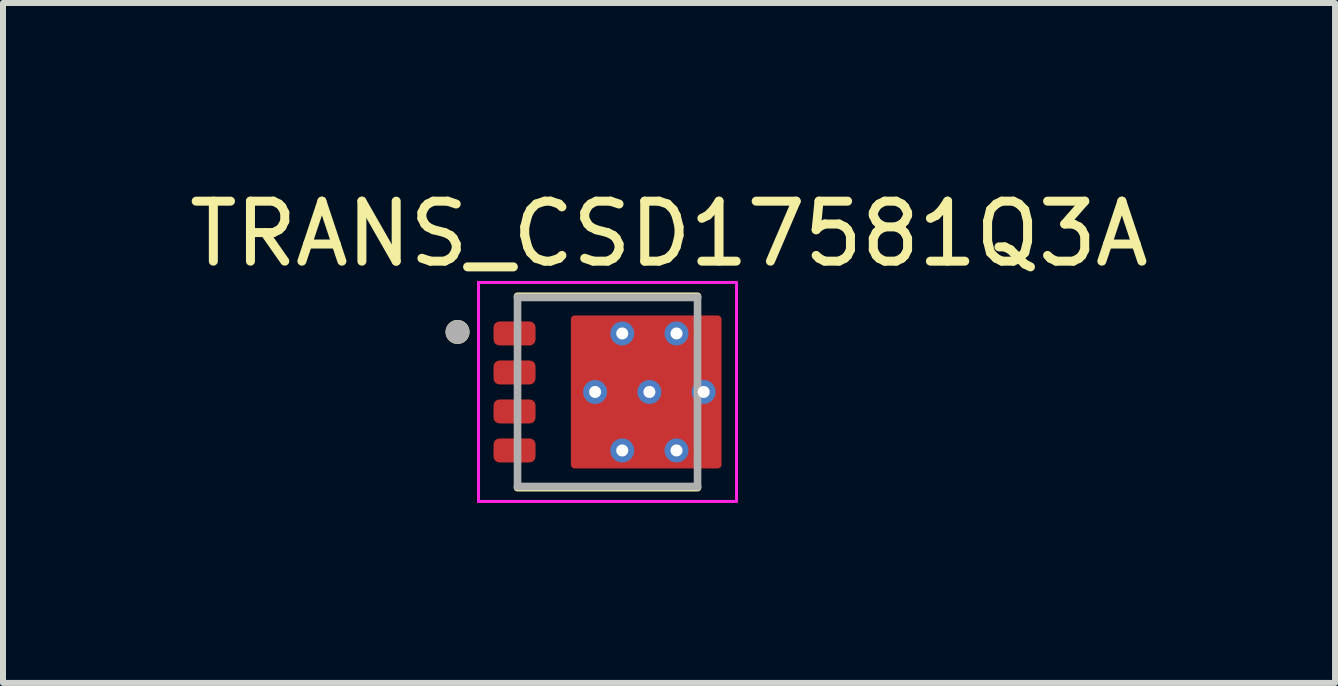
<source format=kicad_pcb>
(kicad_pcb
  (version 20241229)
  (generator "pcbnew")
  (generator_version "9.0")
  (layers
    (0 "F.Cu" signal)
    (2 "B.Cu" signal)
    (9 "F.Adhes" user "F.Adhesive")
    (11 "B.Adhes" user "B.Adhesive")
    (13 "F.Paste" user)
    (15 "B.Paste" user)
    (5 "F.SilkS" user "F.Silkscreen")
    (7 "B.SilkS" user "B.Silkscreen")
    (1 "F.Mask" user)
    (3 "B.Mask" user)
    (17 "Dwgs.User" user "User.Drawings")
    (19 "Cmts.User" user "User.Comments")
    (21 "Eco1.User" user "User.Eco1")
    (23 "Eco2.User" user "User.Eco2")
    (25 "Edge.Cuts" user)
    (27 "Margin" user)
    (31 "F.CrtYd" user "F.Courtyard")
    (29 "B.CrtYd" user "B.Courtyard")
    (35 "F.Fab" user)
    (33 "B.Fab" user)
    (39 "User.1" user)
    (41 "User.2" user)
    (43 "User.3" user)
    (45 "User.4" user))
  (footprint "TRANS_CSD17581Q3A"
    (layer "F.Cu")
    (at 7.076 3.483)
    (property "Reference" "TRANS_CSD17581Q3A" (at 1.025 -2.635 0) (layer "F.SilkS") (effects (font (size 1 1) (thickness 0.15))))
    (attr through_hole)
    (fp_poly (pts (xy -1.8 -1.125) (xy -1.3 -1.125) (xy -1.297 -1.125) (xy -1.295 -1.125) (xy -1.292 -1.124) (xy -1.29 -1.124) (xy -1.287 -1.123) (xy -1.285 -1.123) (xy -1.282 -1.122) (xy -1.28 -1.121) (xy -1.277 -1.12) (xy -1.275 -1.118) (xy -1.273 -1.117) (xy -1.271 -1.115) (xy -1.269 -1.114) (xy -1.267 -1.112) (xy -1.265 -1.11) (xy -1.263 -1.108) (xy -1.261 -1.106) (xy -1.26 -1.104) (xy -1.258 -1.102) (xy -1.257 -1.1) (xy -1.255 -1.098) (xy -1.254 -1.095) (xy -1.253 -1.093) (xy -1.252 -1.09) (xy -1.252 -1.088) (xy -1.251 -1.085) (xy -1.251 -1.083) (xy -1.25 -1.08) (xy -1.25 -1.078) (xy -1.25 -1.075) (xy -1.25 -0.875) (xy -1.25 -0.872) (xy -1.25 -0.87) (xy -1.251 -0.867) (xy -1.251 -0.865) (xy -1.252 -0.862) (xy -1.252 -0.86) (xy -1.253 -0.857) (xy -1.254 -0.855) (xy -1.255 -0.852) (xy -1.257 -0.85) (xy -1.258 -0.848) (xy -1.26 -0.846) (xy -1.261 -0.844) (xy -1.263 -0.842) (xy -1.265 -0.84) (xy -1.267 -0.838) (xy -1.269 -0.836) (xy -1.271 -0.835) (xy -1.273 -0.833) (xy -1.275 -0.832) (xy -1.277 -0.83) (xy -1.28 -0.829) (xy -1.282 -0.828) (xy -1.285 -0.827) (xy -1.287 -0.827) (xy -1.29 -0.826) (xy -1.292 -0.826) (xy -1.295 -0.825) (xy -1.297 -0.825) (xy -1.3 -0.825) (xy -1.8 -0.825) (xy -1.803 -0.825) (xy -1.805 -0.825) (xy -1.808 -0.826) (xy -1.81 -0.826) (xy -1.813 -0.827) (xy -1.815 -0.827) (xy -1.818 -0.828) (xy -1.82 -0.829) (xy -1.823 -0.83) (xy -1.825 -0.832) (xy -1.827 -0.833) (xy -1.829 -0.835) (xy -1.831 -0.836) (xy -1.833 -0.838) (xy -1.835 -0.84) (xy -1.837 -0.842) (xy -1.839 -0.844) (xy -1.84 -0.846) (xy -1.842 -0.848) (xy -1.843 -0.85) (xy -1.845 -0.852) (xy -1.846 -0.855) (xy -1.847 -0.857) (xy -1.848 -0.86) (xy -1.848 -0.862) (xy -1.849 -0.865) (xy -1.849 -0.867) (xy -1.85 -0.87) (xy -1.85 -0.872) (xy -1.85 -0.875) (xy -1.85 -1.075) (xy -1.85 -1.078) (xy -1.85 -1.08) (xy -1.849 -1.083) (xy -1.849 -1.085) (xy -1.848 -1.088) (xy -1.848 -1.09) (xy -1.847 -1.093) (xy -1.846 -1.095) (xy -1.845 -1.098) (xy -1.843 -1.1) (xy -1.842 -1.102) (xy -1.84 -1.104) (xy -1.839 -1.106) (xy -1.837 -1.108) (xy -1.835 -1.11) (xy -1.833 -1.112) (xy -1.831 -1.114) (xy -1.829 -1.115) (xy -1.827 -1.117) (xy -1.825 -1.118) (xy -1.823 -1.12) (xy -1.82 -1.121) (xy -1.818 -1.122) (xy -1.815 -1.123) (xy -1.813 -1.123) (xy -1.81 -1.124) (xy -1.808 -1.124) (xy -1.805 -1.125) (xy -1.803 -1.125) (xy -1.8 -1.125)) (stroke (width 0.01) (type solid)) (fill yes) (layer "F.Mask"))
    (fp_poly (pts (xy -1.8 -0.475) (xy -1.3 -0.475) (xy -1.297 -0.475) (xy -1.295 -0.475) (xy -1.292 -0.474) (xy -1.29 -0.474) (xy -1.287 -0.473) (xy -1.285 -0.473) (xy -1.282 -0.472) (xy -1.28 -0.471) (xy -1.277 -0.47) (xy -1.275 -0.468) (xy -1.273 -0.467) (xy -1.271 -0.465) (xy -1.269 -0.464) (xy -1.267 -0.462) (xy -1.265 -0.46) (xy -1.263 -0.458) (xy -1.261 -0.456) (xy -1.26 -0.454) (xy -1.258 -0.452) (xy -1.257 -0.45) (xy -1.255 -0.448) (xy -1.254 -0.445) (xy -1.253 -0.443) (xy -1.252 -0.44) (xy -1.252 -0.438) (xy -1.251 -0.435) (xy -1.251 -0.433) (xy -1.25 -0.43) (xy -1.25 -0.428) (xy -1.25 -0.425) (xy -1.25 -0.225) (xy -1.25 -0.222) (xy -1.25 -0.22) (xy -1.251 -0.217) (xy -1.251 -0.215) (xy -1.252 -0.212) (xy -1.252 -0.21) (xy -1.253 -0.207) (xy -1.254 -0.205) (xy -1.255 -0.202) (xy -1.257 -0.2) (xy -1.258 -0.198) (xy -1.26 -0.196) (xy -1.261 -0.194) (xy -1.263 -0.192) (xy -1.265 -0.19) (xy -1.267 -0.188) (xy -1.269 -0.186) (xy -1.271 -0.185) (xy -1.273 -0.183) (xy -1.275 -0.182) (xy -1.277 -0.18) (xy -1.28 -0.179) (xy -1.282 -0.178) (xy -1.285 -0.177) (xy -1.287 -0.177) (xy -1.29 -0.176) (xy -1.292 -0.176) (xy -1.295 -0.175) (xy -1.297 -0.175) (xy -1.3 -0.175) (xy -1.8 -0.175) (xy -1.803 -0.175) (xy -1.805 -0.175) (xy -1.808 -0.176) (xy -1.81 -0.176) (xy -1.813 -0.177) (xy -1.815 -0.177) (xy -1.818 -0.178) (xy -1.82 -0.179) (xy -1.823 -0.18) (xy -1.825 -0.182) (xy -1.827 -0.183) (xy -1.829 -0.185) (xy -1.831 -0.186) (xy -1.833 -0.188) (xy -1.835 -0.19) (xy -1.837 -0.192) (xy -1.839 -0.194) (xy -1.84 -0.196) (xy -1.842 -0.198) (xy -1.843 -0.2) (xy -1.845 -0.202) (xy -1.846 -0.205) (xy -1.847 -0.207) (xy -1.848 -0.21) (xy -1.848 -0.212) (xy -1.849 -0.215) (xy -1.849 -0.217) (xy -1.85 -0.22) (xy -1.85 -0.222) (xy -1.85 -0.225) (xy -1.85 -0.425) (xy -1.85 -0.428) (xy -1.85 -0.43) (xy -1.849 -0.433) (xy -1.849 -0.435) (xy -1.848 -0.438) (xy -1.848 -0.44) (xy -1.847 -0.443) (xy -1.846 -0.445) (xy -1.845 -0.448) (xy -1.843 -0.45) (xy -1.842 -0.452) (xy -1.84 -0.454) (xy -1.839 -0.456) (xy -1.837 -0.458) (xy -1.835 -0.46) (xy -1.833 -0.462) (xy -1.831 -0.464) (xy -1.829 -0.465) (xy -1.827 -0.467) (xy -1.825 -0.468) (xy -1.823 -0.47) (xy -1.82 -0.471) (xy -1.818 -0.472) (xy -1.815 -0.473) (xy -1.813 -0.473) (xy -1.81 -0.474) (xy -1.808 -0.474) (xy -1.805 -0.475) (xy -1.803 -0.475) (xy -1.8 -0.475)) (stroke (width 0.01) (type solid)) (fill yes) (layer "F.Mask"))
    (fp_poly (pts (xy -1.8 0.175) (xy -1.3 0.175) (xy -1.297 0.175) (xy -1.295 0.175) (xy -1.292 0.176) (xy -1.29 0.176) (xy -1.287 0.177) (xy -1.285 0.177) (xy -1.282 0.178) (xy -1.28 0.179) (xy -1.277 0.18) (xy -1.275 0.182) (xy -1.273 0.183) (xy -1.271 0.185) (xy -1.269 0.186) (xy -1.267 0.188) (xy -1.265 0.19) (xy -1.263 0.192) (xy -1.261 0.194) (xy -1.26 0.196) (xy -1.258 0.198) (xy -1.257 0.2) (xy -1.255 0.202) (xy -1.254 0.205) (xy -1.253 0.207) (xy -1.252 0.21) (xy -1.252 0.212) (xy -1.251 0.215) (xy -1.251 0.217) (xy -1.25 0.22) (xy -1.25 0.222) (xy -1.25 0.225) (xy -1.25 0.425) (xy -1.25 0.428) (xy -1.25 0.43) (xy -1.251 0.433) (xy -1.251 0.435) (xy -1.252 0.438) (xy -1.252 0.44) (xy -1.253 0.443) (xy -1.254 0.445) (xy -1.255 0.448) (xy -1.257 0.45) (xy -1.258 0.452) (xy -1.26 0.454) (xy -1.261 0.456) (xy -1.263 0.458) (xy -1.265 0.46) (xy -1.267 0.462) (xy -1.269 0.464) (xy -1.271 0.465) (xy -1.273 0.467) (xy -1.275 0.468) (xy -1.277 0.47) (xy -1.28 0.471) (xy -1.282 0.472) (xy -1.285 0.473) (xy -1.287 0.473) (xy -1.29 0.474) (xy -1.292 0.474) (xy -1.295 0.475) (xy -1.297 0.475) (xy -1.3 0.475) (xy -1.8 0.475) (xy -1.803 0.475) (xy -1.805 0.475) (xy -1.808 0.474) (xy -1.81 0.474) (xy -1.813 0.473) (xy -1.815 0.473) (xy -1.818 0.472) (xy -1.82 0.471) (xy -1.823 0.47) (xy -1.825 0.468) (xy -1.827 0.467) (xy -1.829 0.465) (xy -1.831 0.464) (xy -1.833 0.462) (xy -1.835 0.46) (xy -1.837 0.458) (xy -1.839 0.456) (xy -1.84 0.454) (xy -1.842 0.452) (xy -1.843 0.45) (xy -1.845 0.448) (xy -1.846 0.445) (xy -1.847 0.443) (xy -1.848 0.44) (xy -1.848 0.438) (xy -1.849 0.435) (xy -1.849 0.433) (xy -1.85 0.43) (xy -1.85 0.428) (xy -1.85 0.425) (xy -1.85 0.225) (xy -1.85 0.222) (xy -1.85 0.22) (xy -1.849 0.217) (xy -1.849 0.215) (xy -1.848 0.212) (xy -1.848 0.21) (xy -1.847 0.207) (xy -1.846 0.205) (xy -1.845 0.202) (xy -1.843 0.2) (xy -1.842 0.198) (xy -1.84 0.196) (xy -1.839 0.194) (xy -1.837 0.192) (xy -1.835 0.19) (xy -1.833 0.188) (xy -1.831 0.186) (xy -1.829 0.185) (xy -1.827 0.183) (xy -1.825 0.182) (xy -1.823 0.18) (xy -1.82 0.179) (xy -1.818 0.178) (xy -1.815 0.177) (xy -1.813 0.177) (xy -1.81 0.176) (xy -1.808 0.176) (xy -1.805 0.175) (xy -1.803 0.175) (xy -1.8 0.175)) (stroke (width 0.01) (type solid)) (fill yes) (layer "F.Mask"))
    (fp_poly (pts (xy -1.8 0.825) (xy -1.3 0.825) (xy -1.297 0.825) (xy -1.295 0.825) (xy -1.292 0.826) (xy -1.29 0.826) (xy -1.287 0.827) (xy -1.285 0.827) (xy -1.282 0.828) (xy -1.28 0.829) (xy -1.277 0.83) (xy -1.275 0.832) (xy -1.273 0.833) (xy -1.271 0.835) (xy -1.269 0.836) (xy -1.267 0.838) (xy -1.265 0.84) (xy -1.263 0.842) (xy -1.261 0.844) (xy -1.26 0.846) (xy -1.258 0.848) (xy -1.257 0.85) (xy -1.255 0.852) (xy -1.254 0.855) (xy -1.253 0.857) (xy -1.252 0.86) (xy -1.252 0.862) (xy -1.251 0.865) (xy -1.251 0.867) (xy -1.25 0.87) (xy -1.25 0.872) (xy -1.25 0.875) (xy -1.25 1.075) (xy -1.25 1.078) (xy -1.25 1.08) (xy -1.251 1.083) (xy -1.251 1.085) (xy -1.252 1.088) (xy -1.252 1.09) (xy -1.253 1.093) (xy -1.254 1.095) (xy -1.255 1.098) (xy -1.257 1.1) (xy -1.258 1.102) (xy -1.26 1.104) (xy -1.261 1.106) (xy -1.263 1.108) (xy -1.265 1.11) (xy -1.267 1.112) (xy -1.269 1.114) (xy -1.271 1.115) (xy -1.273 1.117) (xy -1.275 1.118) (xy -1.277 1.12) (xy -1.28 1.121) (xy -1.282 1.122) (xy -1.285 1.123) (xy -1.287 1.123) (xy -1.29 1.124) (xy -1.292 1.124) (xy -1.295 1.125) (xy -1.297 1.125) (xy -1.3 1.125) (xy -1.8 1.125) (xy -1.803 1.125) (xy -1.805 1.125) (xy -1.808 1.124) (xy -1.81 1.124) (xy -1.813 1.123) (xy -1.815 1.123) (xy -1.818 1.122) (xy -1.82 1.121) (xy -1.823 1.12) (xy -1.825 1.118) (xy -1.827 1.117) (xy -1.829 1.115) (xy -1.831 1.114) (xy -1.833 1.112) (xy -1.835 1.11) (xy -1.837 1.108) (xy -1.839 1.106) (xy -1.84 1.104) (xy -1.842 1.102) (xy -1.843 1.1) (xy -1.845 1.098) (xy -1.846 1.095) (xy -1.847 1.093) (xy -1.848 1.09) (xy -1.848 1.088) (xy -1.849 1.085) (xy -1.849 1.083) (xy -1.85 1.08) (xy -1.85 1.078) (xy -1.85 1.075) (xy -1.85 0.875) (xy -1.85 0.872) (xy -1.85 0.87) (xy -1.849 0.867) (xy -1.849 0.865) (xy -1.848 0.862) (xy -1.848 0.86) (xy -1.847 0.857) (xy -1.846 0.855) (xy -1.845 0.852) (xy -1.843 0.85) (xy -1.842 0.848) (xy -1.84 0.846) (xy -1.839 0.844) (xy -1.837 0.842) (xy -1.835 0.84) (xy -1.833 0.838) (xy -1.831 0.836) (xy -1.829 0.835) (xy -1.827 0.833) (xy -1.825 0.832) (xy -1.823 0.83) (xy -1.82 0.829) (xy -1.818 0.828) (xy -1.815 0.827) (xy -1.813 0.827) (xy -1.81 0.826) (xy -1.808 0.826) (xy -1.805 0.825) (xy -1.803 0.825) (xy -1.8 0.825)) (stroke (width 0.01) (type solid)) (fill yes) (layer "F.Mask"))
    (fp_poly (pts (xy 1.215 1.125) (xy 1.215 1.175) (xy 1.215 1.178) (xy 1.215 1.18) (xy 1.214 1.183) (xy 1.214 1.185) (xy 1.213 1.188) (xy 1.213 1.19) (xy 1.212 1.193) (xy 1.211 1.195) (xy 1.21 1.198) (xy 1.208 1.2) (xy 1.207 1.202) (xy 1.205 1.204) (xy 1.204 1.206) (xy 1.202 1.208) (xy 1.2 1.21) (xy 1.198 1.212) (xy 1.196 1.214) (xy 1.194 1.215) (xy 1.192 1.217) (xy 1.19 1.218) (xy 1.188 1.22) (xy 1.185 1.221) (xy 1.183 1.222) (xy 1.18 1.223) (xy 1.178 1.223) (xy 1.175 1.224) (xy 1.173 1.224) (xy 1.17 1.225) (xy 1.168 1.225) (xy 1.165 1.225) (xy -0.51 1.225) (xy -0.513 1.225) (xy -0.515 1.225) (xy -0.518 1.224) (xy -0.52 1.224) (xy -0.523 1.223) (xy -0.525 1.223) (xy -0.528 1.222) (xy -0.53 1.221) (xy -0.533 1.22) (xy -0.535 1.218) (xy -0.537 1.217) (xy -0.539 1.215) (xy -0.541 1.214) (xy -0.543 1.212) (xy -0.545 1.21) (xy -0.547 1.208) (xy -0.549 1.206) (xy -0.55 1.204) (xy -0.552 1.202) (xy -0.553 1.2) (xy -0.555 1.198) (xy -0.556 1.195) (xy -0.557 1.193) (xy -0.558 1.19) (xy -0.558 1.188) (xy -0.559 1.185) (xy -0.559 1.183) (xy -0.56 1.18) (xy -0.56 1.178) (xy -0.56 1.175) (xy -0.56 -1.175) (xy -0.56 -1.178) (xy -0.56 -1.18) (xy -0.559 -1.183) (xy -0.559 -1.185) (xy -0.558 -1.188) (xy -0.558 -1.19) (xy -0.557 -1.193) (xy -0.556 -1.195) (xy -0.555 -1.198) (xy -0.553 -1.2) (xy -0.552 -1.202) (xy -0.55 -1.204) (xy -0.549 -1.206) (xy -0.547 -1.208) (xy -0.545 -1.21) (xy -0.543 -1.212) (xy -0.541 -1.214) (xy -0.539 -1.215) (xy -0.537 -1.217) (xy -0.535 -1.218) (xy -0.533 -1.22) (xy -0.53 -1.221) (xy -0.528 -1.222) (xy -0.525 -1.223) (xy -0.523 -1.223) (xy -0.52 -1.224) (xy -0.518 -1.224) (xy -0.515 -1.225) (xy -0.513 -1.225) (xy -0.51 -1.225) (xy 1.165 -1.225) (xy 1.168 -1.225) (xy 1.17 -1.225) (xy 1.173 -1.224) (xy 1.175 -1.224) (xy 1.178 -1.223) (xy 1.18 -1.223) (xy 1.183 -1.222) (xy 1.185 -1.221) (xy 1.188 -1.22) (xy 1.19 -1.218) (xy 1.192 -1.217) (xy 1.194 -1.215) (xy 1.196 -1.214) (xy 1.198 -1.212) (xy 1.2 -1.21) (xy 1.202 -1.208) (xy 1.204 -1.206) (xy 1.205 -1.204) (xy 1.207 -1.202) (xy 1.208 -1.2) (xy 1.21 -1.198) (xy 1.211 -1.195) (xy 1.212 -1.193) (xy 1.213 -1.19) (xy 1.213 -1.188) (xy 1.214 -1.185) (xy 1.214 -1.183) (xy 1.215 -1.18) (xy 1.215 -1.178) (xy 1.215 -1.175) (xy 1.215 -1.125) (xy 1.8 -1.125) (xy 1.803 -1.125) (xy 1.805 -1.125) (xy 1.808 -1.124) (xy 1.81 -1.124) (xy 1.813 -1.123) (xy 1.815 -1.123) (xy 1.818 -1.122) (xy 1.82 -1.121) (xy 1.823 -1.12) (xy 1.825 -1.118) (xy 1.827 -1.117) (xy 1.829 -1.115) (xy 1.831 -1.114) (xy 1.833 -1.112) (xy 1.835 -1.11) (xy 1.837 -1.108) (xy 1.839 -1.106) (xy 1.84 -1.104) (xy 1.842 -1.102) (xy 1.843 -1.1) (xy 1.845 -1.098) (xy 1.846 -1.095) (xy 1.847 -1.093) (xy 1.848 -1.09) (xy 1.848 -1.088) (xy 1.849 -1.085) (xy 1.849 -1.083) (xy 1.85 -1.08) (xy 1.85 -1.078) (xy 1.85 -1.075) (xy 1.85 -0.875) (xy 1.85 -0.872) (xy 1.85 -0.87) (xy 1.849 -0.867) (xy 1.849 -0.865) (xy 1.848 -0.862) (xy 1.848 -0.86) (xy 1.847 -0.857) (xy 1.846 -0.855) (xy 1.845 -0.852) (xy 1.843 -0.85) (xy 1.842 -0.848) (xy 1.84 -0.846) (xy 1.839 -0.844) (xy 1.837 -0.842) (xy 1.835 -0.84) (xy 1.833 -0.838) (xy 1.831 -0.836) (xy 1.829 -0.835) (xy 1.827 -0.833) (xy 1.825 -0.832) (xy 1.823 -0.83) (xy 1.82 -0.829) (xy 1.818 -0.828) (xy 1.815 -0.827) (xy 1.813 -0.827) (xy 1.81 -0.826) (xy 1.808 -0.826) (xy 1.805 -0.825) (xy 1.803 -0.825) (xy 1.8 -0.825) (xy 1.215 -0.825) (xy 1.215 -0.475) (xy 1.8 -0.475) (xy 1.803 -0.475) (xy 1.805 -0.475) (xy 1.808 -0.474) (xy 1.81 -0.474) (xy 1.813 -0.473) (xy 1.815 -0.473) (xy 1.818 -0.472) (xy 1.82 -0.471) (xy 1.823 -0.47) (xy 1.825 -0.468) (xy 1.827 -0.467) (xy 1.829 -0.465) (xy 1.831 -0.464) (xy 1.833 -0.462) (xy 1.835 -0.46) (xy 1.837 -0.458) (xy 1.839 -0.456) (xy 1.84 -0.454) (xy 1.842 -0.452) (xy 1.843 -0.45) (xy 1.845 -0.448) (xy 1.846 -0.445) (xy 1.847 -0.443) (xy 1.848 -0.44) (xy 1.848 -0.438) (xy 1.849 -0.435) (xy 1.849 -0.433) (xy 1.85 -0.43) (xy 1.85 -0.428) (xy 1.85 -0.425) (xy 1.85 -0.225) (xy 1.85 -0.222) (xy 1.85 -0.22) (xy 1.849 -0.217) (xy 1.849 -0.215) (xy 1.848 -0.212) (xy 1.848 -0.21) (xy 1.847 -0.207) (xy 1.846 -0.205) (xy 1.845 -0.202) (xy 1.843 -0.2) (xy 1.842 -0.198) (xy 1.84 -0.196) (xy 1.839 -0.194) (xy 1.837 -0.192) (xy 1.835 -0.19) (xy 1.833 -0.188) (xy 1.831 -0.186) (xy 1.829 -0.185) (xy 1.827 -0.183) (xy 1.825 -0.182) (xy 1.823 -0.18) (xy 1.82 -0.179) (xy 1.818 -0.178) (xy 1.815 -0.177) (xy 1.813 -0.177) (xy 1.81 -0.176) (xy 1.808 -0.176) (xy 1.805 -0.175) (xy 1.803 -0.175) (xy 1.8 -0.175) (xy 1.215 -0.175) (xy 1.215 0.175) (xy 1.8 0.175) (xy 1.803 0.175) (xy 1.805 0.175) (xy 1.808 0.176) (xy 1.81 0.176) (xy 1.813 0.177) (xy 1.815 0.177) (xy 1.818 0.178) (xy 1.82 0.179) (xy 1.823 0.18) (xy 1.825 0.182) (xy 1.827 0.183) (xy 1.829 0.185) (xy 1.831 0.186) (xy 1.833 0.188) (xy 1.835 0.19) (xy 1.837 0.192) (xy 1.839 0.194) (xy 1.84 0.196) (xy 1.842 0.198) (xy 1.843 0.2) (xy 1.845 0.202) (xy 1.846 0.205) (xy 1.847 0.207) (xy 1.848 0.21) (xy 1.848 0.212) (xy 1.849 0.215) (xy 1.849 0.217) (xy 1.85 0.22) (xy 1.85 0.222) (xy 1.85 0.225) (xy 1.85 0.425) (xy 1.85 0.428) (xy 1.85 0.43) (xy 1.849 0.433) (xy 1.849 0.435) (xy 1.848 0.438) (xy 1.848 0.44) (xy 1.847 0.443) (xy 1.846 0.445) (xy 1.845 0.448) (xy 1.843 0.45) (xy 1.842 0.452) (xy 1.84 0.454) (xy 1.839 0.456) (xy 1.837 0.458) (xy 1.835 0.46) (xy 1.833 0.462) (xy 1.831 0.464) (xy 1.829 0.465) (xy 1.827 0.467) (xy 1.825 0.468) (xy 1.823 0.47) (xy 1.82 0.471) (xy 1.818 0.472) (xy 1.815 0.473) (xy 1.813 0.473) (xy 1.81 0.474) (xy 1.808 0.474) (xy 1.805 0.475) (xy 1.803 0.475) (xy 1.8 0.475) (xy 1.215 0.475) (xy 1.215 0.825) (xy 1.8 0.825) (xy 1.803 0.825) (xy 1.805 0.825) (xy 1.808 0.826) (xy 1.81 0.826) (xy 1.813 0.827) (xy 1.815 0.827) (xy 1.818 0.828) (xy 1.82 0.829) (xy 1.823 0.83) (xy 1.825 0.832) (xy 1.827 0.833) (xy 1.829 0.835) (xy 1.831 0.836) (xy 1.833 0.838) (xy 1.835 0.84) (xy 1.837 0.842) (xy 1.839 0.844) (xy 1.84 0.846) (xy 1.842 0.848) (xy 1.843 0.85) (xy 1.845 0.852) (xy 1.846 0.855) (xy 1.847 0.857) (xy 1.848 0.86) (xy 1.848 0.862) (xy 1.849 0.865) (xy 1.849 0.867) (xy 1.85 0.87) (xy 1.85 0.872) (xy 1.85 0.875) (xy 1.85 1.075) (xy 1.85 1.078) (xy 1.85 1.08) (xy 1.849 1.083) (xy 1.849 1.085) (xy 1.848 1.088) (xy 1.848 1.09) (xy 1.847 1.093) (xy 1.846 1.095) (xy 1.845 1.098) (xy 1.843 1.1) (xy 1.842 1.102) (xy 1.84 1.104) (xy 1.839 1.106) (xy 1.837 1.108) (xy 1.835 1.11) (xy 1.833 1.112) (xy 1.831 1.114) (xy 1.829 1.115) (xy 1.827 1.117) (xy 1.825 1.118) (xy 1.823 1.12) (xy 1.82 1.121) (xy 1.818 1.122) (xy 1.815 1.123) (xy 1.813 1.123) (xy 1.81 1.124) (xy 1.808 1.124) (xy 1.805 1.125) (xy 1.803 1.125) (xy 1.8 1.125) (xy 1.215 1.125)) (stroke (width 0.01) (type solid)) (fill yes) (layer "F.Mask"))
    (fp_line (start -1.5 -1.595) (end 1.5 -1.595) (stroke (width 0.127) (type solid)) (layer "F.SilkS"))
    (fp_line (start 1.5 1.595) (end -1.5 1.595) (stroke (width 0.127) (type solid)) (layer "F.SilkS"))
    (fp_circle (center -2.5 -1) (end -2.4 -1) (stroke (width 0.2) (type solid)) (fill no) (layer "F.SilkS"))
    (fp_poly (pts (xy -1.8 -1.125) (xy -1.3 -1.125) (xy -1.297 -1.125) (xy -1.295 -1.125) (xy -1.292 -1.124) (xy -1.29 -1.124) (xy -1.287 -1.123) (xy -1.285 -1.123) (xy -1.282 -1.122) (xy -1.28 -1.121) (xy -1.277 -1.12) (xy -1.275 -1.118) (xy -1.273 -1.117) (xy -1.271 -1.115) (xy -1.269 -1.114) (xy -1.267 -1.112) (xy -1.265 -1.11) (xy -1.263 -1.108) (xy -1.261 -1.106) (xy -1.26 -1.104) (xy -1.258 -1.102) (xy -1.257 -1.1) (xy -1.255 -1.098) (xy -1.254 -1.095) (xy -1.253 -1.093) (xy -1.252 -1.09) (xy -1.252 -1.088) (xy -1.251 -1.085) (xy -1.251 -1.083) (xy -1.25 -1.08) (xy -1.25 -1.078) (xy -1.25 -1.075) (xy -1.25 -0.875) (xy -1.25 -0.872) (xy -1.25 -0.87) (xy -1.251 -0.867) (xy -1.251 -0.865) (xy -1.252 -0.862) (xy -1.252 -0.86) (xy -1.253 -0.857) (xy -1.254 -0.855) (xy -1.255 -0.852) (xy -1.257 -0.85) (xy -1.258 -0.848) (xy -1.26 -0.846) (xy -1.261 -0.844) (xy -1.263 -0.842) (xy -1.265 -0.84) (xy -1.267 -0.838) (xy -1.269 -0.836) (xy -1.271 -0.835) (xy -1.273 -0.833) (xy -1.275 -0.832) (xy -1.277 -0.83) (xy -1.28 -0.829) (xy -1.282 -0.828) (xy -1.285 -0.827) (xy -1.287 -0.827) (xy -1.29 -0.826) (xy -1.292 -0.826) (xy -1.295 -0.825) (xy -1.297 -0.825) (xy -1.3 -0.825) (xy -1.8 -0.825) (xy -1.803 -0.825) (xy -1.805 -0.825) (xy -1.808 -0.826) (xy -1.81 -0.826) (xy -1.813 -0.827) (xy -1.815 -0.827) (xy -1.818 -0.828) (xy -1.82 -0.829) (xy -1.823 -0.83) (xy -1.825 -0.832) (xy -1.827 -0.833) (xy -1.829 -0.835) (xy -1.831 -0.836) (xy -1.833 -0.838) (xy -1.835 -0.84) (xy -1.837 -0.842) (xy -1.839 -0.844) (xy -1.84 -0.846) (xy -1.842 -0.848) (xy -1.843 -0.85) (xy -1.845 -0.852) (xy -1.846 -0.855) (xy -1.847 -0.857) (xy -1.848 -0.86) (xy -1.848 -0.862) (xy -1.849 -0.865) (xy -1.849 -0.867) (xy -1.85 -0.87) (xy -1.85 -0.872) (xy -1.85 -0.875) (xy -1.85 -1.075) (xy -1.85 -1.078) (xy -1.85 -1.08) (xy -1.849 -1.083) (xy -1.849 -1.085) (xy -1.848 -1.088) (xy -1.848 -1.09) (xy -1.847 -1.093) (xy -1.846 -1.095) (xy -1.845 -1.098) (xy -1.843 -1.1) (xy -1.842 -1.102) (xy -1.84 -1.104) (xy -1.839 -1.106) (xy -1.837 -1.108) (xy -1.835 -1.11) (xy -1.833 -1.112) (xy -1.831 -1.114) (xy -1.829 -1.115) (xy -1.827 -1.117) (xy -1.825 -1.118) (xy -1.823 -1.12) (xy -1.82 -1.121) (xy -1.818 -1.122) (xy -1.815 -1.123) (xy -1.813 -1.123) (xy -1.81 -1.124) (xy -1.808 -1.124) (xy -1.805 -1.125) (xy -1.803 -1.125) (xy -1.8 -1.125)) (stroke (width 0.01) (type solid)) (fill yes) (layer "F.Paste"))
    (fp_poly (pts (xy -1.8 -0.475) (xy -1.3 -0.475) (xy -1.297 -0.475) (xy -1.295 -0.475) (xy -1.292 -0.474) (xy -1.29 -0.474) (xy -1.287 -0.473) (xy -1.285 -0.473) (xy -1.282 -0.472) (xy -1.28 -0.471) (xy -1.277 -0.47) (xy -1.275 -0.468) (xy -1.273 -0.467) (xy -1.271 -0.465) (xy -1.269 -0.464) (xy -1.267 -0.462) (xy -1.265 -0.46) (xy -1.263 -0.458) (xy -1.261 -0.456) (xy -1.26 -0.454) (xy -1.258 -0.452) (xy -1.257 -0.45) (xy -1.255 -0.448) (xy -1.254 -0.445) (xy -1.253 -0.443) (xy -1.252 -0.44) (xy -1.252 -0.438) (xy -1.251 -0.435) (xy -1.251 -0.433) (xy -1.25 -0.43) (xy -1.25 -0.428) (xy -1.25 -0.425) (xy -1.25 -0.225) (xy -1.25 -0.222) (xy -1.25 -0.22) (xy -1.251 -0.217) (xy -1.251 -0.215) (xy -1.252 -0.212) (xy -1.252 -0.21) (xy -1.253 -0.207) (xy -1.254 -0.205) (xy -1.255 -0.202) (xy -1.257 -0.2) (xy -1.258 -0.198) (xy -1.26 -0.196) (xy -1.261 -0.194) (xy -1.263 -0.192) (xy -1.265 -0.19) (xy -1.267 -0.188) (xy -1.269 -0.186) (xy -1.271 -0.185) (xy -1.273 -0.183) (xy -1.275 -0.182) (xy -1.277 -0.18) (xy -1.28 -0.179) (xy -1.282 -0.178) (xy -1.285 -0.177) (xy -1.287 -0.177) (xy -1.29 -0.176) (xy -1.292 -0.176) (xy -1.295 -0.175) (xy -1.297 -0.175) (xy -1.3 -0.175) (xy -1.8 -0.175) (xy -1.803 -0.175) (xy -1.805 -0.175) (xy -1.808 -0.176) (xy -1.81 -0.176) (xy -1.813 -0.177) (xy -1.815 -0.177) (xy -1.818 -0.178) (xy -1.82 -0.179) (xy -1.823 -0.18) (xy -1.825 -0.182) (xy -1.827 -0.183) (xy -1.829 -0.185) (xy -1.831 -0.186) (xy -1.833 -0.188) (xy -1.835 -0.19) (xy -1.837 -0.192) (xy -1.839 -0.194) (xy -1.84 -0.196) (xy -1.842 -0.198) (xy -1.843 -0.2) (xy -1.845 -0.202) (xy -1.846 -0.205) (xy -1.847 -0.207) (xy -1.848 -0.21) (xy -1.848 -0.212) (xy -1.849 -0.215) (xy -1.849 -0.217) (xy -1.85 -0.22) (xy -1.85 -0.222) (xy -1.85 -0.225) (xy -1.85 -0.425) (xy -1.85 -0.428) (xy -1.85 -0.43) (xy -1.849 -0.433) (xy -1.849 -0.435) (xy -1.848 -0.438) (xy -1.848 -0.44) (xy -1.847 -0.443) (xy -1.846 -0.445) (xy -1.845 -0.448) (xy -1.843 -0.45) (xy -1.842 -0.452) (xy -1.84 -0.454) (xy -1.839 -0.456) (xy -1.837 -0.458) (xy -1.835 -0.46) (xy -1.833 -0.462) (xy -1.831 -0.464) (xy -1.829 -0.465) (xy -1.827 -0.467) (xy -1.825 -0.468) (xy -1.823 -0.47) (xy -1.82 -0.471) (xy -1.818 -0.472) (xy -1.815 -0.473) (xy -1.813 -0.473) (xy -1.81 -0.474) (xy -1.808 -0.474) (xy -1.805 -0.475) (xy -1.803 -0.475) (xy -1.8 -0.475)) (stroke (width 0.01) (type solid)) (fill yes) (layer "F.Paste"))
    (fp_poly (pts (xy -1.8 0.175) (xy -1.3 0.175) (xy -1.297 0.175) (xy -1.295 0.175) (xy -1.292 0.176) (xy -1.29 0.176) (xy -1.287 0.177) (xy -1.285 0.177) (xy -1.282 0.178) (xy -1.28 0.179) (xy -1.277 0.18) (xy -1.275 0.182) (xy -1.273 0.183) (xy -1.271 0.185) (xy -1.269 0.186) (xy -1.267 0.188) (xy -1.265 0.19) (xy -1.263 0.192) (xy -1.261 0.194) (xy -1.26 0.196) (xy -1.258 0.198) (xy -1.257 0.2) (xy -1.255 0.202) (xy -1.254 0.205) (xy -1.253 0.207) (xy -1.252 0.21) (xy -1.252 0.212) (xy -1.251 0.215) (xy -1.251 0.217) (xy -1.25 0.22) (xy -1.25 0.222) (xy -1.25 0.225) (xy -1.25 0.425) (xy -1.25 0.428) (xy -1.25 0.43) (xy -1.251 0.433) (xy -1.251 0.435) (xy -1.252 0.438) (xy -1.252 0.44) (xy -1.253 0.443) (xy -1.254 0.445) (xy -1.255 0.448) (xy -1.257 0.45) (xy -1.258 0.452) (xy -1.26 0.454) (xy -1.261 0.456) (xy -1.263 0.458) (xy -1.265 0.46) (xy -1.267 0.462) (xy -1.269 0.464) (xy -1.271 0.465) (xy -1.273 0.467) (xy -1.275 0.468) (xy -1.277 0.47) (xy -1.28 0.471) (xy -1.282 0.472) (xy -1.285 0.473) (xy -1.287 0.473) (xy -1.29 0.474) (xy -1.292 0.474) (xy -1.295 0.475) (xy -1.297 0.475) (xy -1.3 0.475) (xy -1.8 0.475) (xy -1.803 0.475) (xy -1.805 0.475) (xy -1.808 0.474) (xy -1.81 0.474) (xy -1.813 0.473) (xy -1.815 0.473) (xy -1.818 0.472) (xy -1.82 0.471) (xy -1.823 0.47) (xy -1.825 0.468) (xy -1.827 0.467) (xy -1.829 0.465) (xy -1.831 0.464) (xy -1.833 0.462) (xy -1.835 0.46) (xy -1.837 0.458) (xy -1.839 0.456) (xy -1.84 0.454) (xy -1.842 0.452) (xy -1.843 0.45) (xy -1.845 0.448) (xy -1.846 0.445) (xy -1.847 0.443) (xy -1.848 0.44) (xy -1.848 0.438) (xy -1.849 0.435) (xy -1.849 0.433) (xy -1.85 0.43) (xy -1.85 0.428) (xy -1.85 0.425) (xy -1.85 0.225) (xy -1.85 0.222) (xy -1.85 0.22) (xy -1.849 0.217) (xy -1.849 0.215) (xy -1.848 0.212) (xy -1.848 0.21) (xy -1.847 0.207) (xy -1.846 0.205) (xy -1.845 0.202) (xy -1.843 0.2) (xy -1.842 0.198) (xy -1.84 0.196) (xy -1.839 0.194) (xy -1.837 0.192) (xy -1.835 0.19) (xy -1.833 0.188) (xy -1.831 0.186) (xy -1.829 0.185) (xy -1.827 0.183) (xy -1.825 0.182) (xy -1.823 0.18) (xy -1.82 0.179) (xy -1.818 0.178) (xy -1.815 0.177) (xy -1.813 0.177) (xy -1.81 0.176) (xy -1.808 0.176) (xy -1.805 0.175) (xy -1.803 0.175) (xy -1.8 0.175)) (stroke (width 0.01) (type solid)) (fill yes) (layer "F.Paste"))
    (fp_poly (pts (xy -1.8 0.825) (xy -1.3 0.825) (xy -1.297 0.825) (xy -1.295 0.825) (xy -1.292 0.826) (xy -1.29 0.826) (xy -1.287 0.827) (xy -1.285 0.827) (xy -1.282 0.828) (xy -1.28 0.829) (xy -1.277 0.83) (xy -1.275 0.832) (xy -1.273 0.833) (xy -1.271 0.835) (xy -1.269 0.836) (xy -1.267 0.838) (xy -1.265 0.84) (xy -1.263 0.842) (xy -1.261 0.844) (xy -1.26 0.846) (xy -1.258 0.848) (xy -1.257 0.85) (xy -1.255 0.852) (xy -1.254 0.855) (xy -1.253 0.857) (xy -1.252 0.86) (xy -1.252 0.862) (xy -1.251 0.865) (xy -1.251 0.867) (xy -1.25 0.87) (xy -1.25 0.872) (xy -1.25 0.875) (xy -1.25 1.075) (xy -1.25 1.078) (xy -1.25 1.08) (xy -1.251 1.083) (xy -1.251 1.085) (xy -1.252 1.088) (xy -1.252 1.09) (xy -1.253 1.093) (xy -1.254 1.095) (xy -1.255 1.098) (xy -1.257 1.1) (xy -1.258 1.102) (xy -1.26 1.104) (xy -1.261 1.106) (xy -1.263 1.108) (xy -1.265 1.11) (xy -1.267 1.112) (xy -1.269 1.114) (xy -1.271 1.115) (xy -1.273 1.117) (xy -1.275 1.118) (xy -1.277 1.12) (xy -1.28 1.121) (xy -1.282 1.122) (xy -1.285 1.123) (xy -1.287 1.123) (xy -1.29 1.124) (xy -1.292 1.124) (xy -1.295 1.125) (xy -1.297 1.125) (xy -1.3 1.125) (xy -1.8 1.125) (xy -1.803 1.125) (xy -1.805 1.125) (xy -1.808 1.124) (xy -1.81 1.124) (xy -1.813 1.123) (xy -1.815 1.123) (xy -1.818 1.122) (xy -1.82 1.121) (xy -1.823 1.12) (xy -1.825 1.118) (xy -1.827 1.117) (xy -1.829 1.115) (xy -1.831 1.114) (xy -1.833 1.112) (xy -1.835 1.11) (xy -1.837 1.108) (xy -1.839 1.106) (xy -1.84 1.104) (xy -1.842 1.102) (xy -1.843 1.1) (xy -1.845 1.098) (xy -1.846 1.095) (xy -1.847 1.093) (xy -1.848 1.09) (xy -1.848 1.088) (xy -1.849 1.085) (xy -1.849 1.083) (xy -1.85 1.08) (xy -1.85 1.078) (xy -1.85 1.075) (xy -1.85 0.875) (xy -1.85 0.872) (xy -1.85 0.87) (xy -1.849 0.867) (xy -1.849 0.865) (xy -1.848 0.862) (xy -1.848 0.86) (xy -1.847 0.857) (xy -1.846 0.855) (xy -1.845 0.852) (xy -1.843 0.85) (xy -1.842 0.848) (xy -1.84 0.846) (xy -1.839 0.844) (xy -1.837 0.842) (xy -1.835 0.84) (xy -1.833 0.838) (xy -1.831 0.836) (xy -1.829 0.835) (xy -1.827 0.833) (xy -1.825 0.832) (xy -1.823 0.83) (xy -1.82 0.829) (xy -1.818 0.828) (xy -1.815 0.827) (xy -1.813 0.827) (xy -1.81 0.826) (xy -1.808 0.826) (xy -1.805 0.825) (xy -1.803 0.825) (xy -1.8 0.825)) (stroke (width 0.01) (type solid)) (fill yes) (layer "F.Paste"))
    (fp_poly (pts (xy 1.3 -1.125) (xy 1.8 -1.125) (xy 1.803 -1.125) (xy 1.805 -1.125) (xy 1.808 -1.124) (xy 1.81 -1.124) (xy 1.813 -1.123) (xy 1.815 -1.123) (xy 1.818 -1.122) (xy 1.82 -1.121) (xy 1.823 -1.12) (xy 1.825 -1.118) (xy 1.827 -1.117) (xy 1.829 -1.115) (xy 1.831 -1.114) (xy 1.833 -1.112) (xy 1.835 -1.11) (xy 1.837 -1.108) (xy 1.839 -1.106) (xy 1.84 -1.104) (xy 1.842 -1.102) (xy 1.843 -1.1) (xy 1.845 -1.098) (xy 1.846 -1.095) (xy 1.847 -1.093) (xy 1.848 -1.09) (xy 1.848 -1.088) (xy 1.849 -1.085) (xy 1.849 -1.083) (xy 1.85 -1.08) (xy 1.85 -1.078) (xy 1.85 -1.075) (xy 1.85 -0.875) (xy 1.85 -0.872) (xy 1.85 -0.87) (xy 1.849 -0.867) (xy 1.849 -0.865) (xy 1.848 -0.862) (xy 1.848 -0.86) (xy 1.847 -0.857) (xy 1.846 -0.855) (xy 1.845 -0.852) (xy 1.843 -0.85) (xy 1.842 -0.848) (xy 1.84 -0.846) (xy 1.839 -0.844) (xy 1.837 -0.842) (xy 1.835 -0.84) (xy 1.833 -0.838) (xy 1.831 -0.836) (xy 1.829 -0.835) (xy 1.827 -0.833) (xy 1.825 -0.832) (xy 1.823 -0.83) (xy 1.82 -0.829) (xy 1.818 -0.828) (xy 1.815 -0.827) (xy 1.813 -0.827) (xy 1.81 -0.826) (xy 1.808 -0.826) (xy 1.805 -0.825) (xy 1.803 -0.825) (xy 1.8 -0.825) (xy 1.3 -0.825) (xy 1.297 -0.825) (xy 1.295 -0.825) (xy 1.292 -0.826) (xy 1.29 -0.826) (xy 1.287 -0.827) (xy 1.285 -0.827) (xy 1.282 -0.828) (xy 1.28 -0.829) (xy 1.277 -0.83) (xy 1.275 -0.832) (xy 1.273 -0.833) (xy 1.271 -0.835) (xy 1.269 -0.836) (xy 1.267 -0.838) (xy 1.265 -0.84) (xy 1.263 -0.842) (xy 1.261 -0.844) (xy 1.26 -0.846) (xy 1.258 -0.848) (xy 1.257 -0.85) (xy 1.255 -0.852) (xy 1.254 -0.855) (xy 1.253 -0.857) (xy 1.252 -0.86) (xy 1.252 -0.862) (xy 1.251 -0.865) (xy 1.251 -0.867) (xy 1.25 -0.87) (xy 1.25 -0.872) (xy 1.25 -0.875) (xy 1.25 -1.075) (xy 1.25 -1.078) (xy 1.25 -1.08) (xy 1.251 -1.083) (xy 1.251 -1.085) (xy 1.252 -1.088) (xy 1.252 -1.09) (xy 1.253 -1.093) (xy 1.254 -1.095) (xy 1.255 -1.098) (xy 1.257 -1.1) (xy 1.258 -1.102) (xy 1.26 -1.104) (xy 1.261 -1.106) (xy 1.263 -1.108) (xy 1.265 -1.11) (xy 1.267 -1.112) (xy 1.269 -1.114) (xy 1.271 -1.115) (xy 1.273 -1.117) (xy 1.275 -1.118) (xy 1.277 -1.12) (xy 1.28 -1.121) (xy 1.282 -1.122) (xy 1.285 -1.123) (xy 1.287 -1.123) (xy 1.29 -1.124) (xy 1.292 -1.124) (xy 1.295 -1.125) (xy 1.297 -1.125) (xy 1.3 -1.125)) (stroke (width 0.01) (type solid)) (fill yes) (layer "F.Paste"))
    (fp_poly (pts (xy 1.3 -0.475) (xy 1.8 -0.475) (xy 1.803 -0.475) (xy 1.805 -0.475) (xy 1.808 -0.474) (xy 1.81 -0.474) (xy 1.813 -0.473) (xy 1.815 -0.473) (xy 1.818 -0.472) (xy 1.82 -0.471) (xy 1.823 -0.47) (xy 1.825 -0.468) (xy 1.827 -0.467) (xy 1.829 -0.465) (xy 1.831 -0.464) (xy 1.833 -0.462) (xy 1.835 -0.46) (xy 1.837 -0.458) (xy 1.839 -0.456) (xy 1.84 -0.454) (xy 1.842 -0.452) (xy 1.843 -0.45) (xy 1.845 -0.448) (xy 1.846 -0.445) (xy 1.847 -0.443) (xy 1.848 -0.44) (xy 1.848 -0.438) (xy 1.849 -0.435) (xy 1.849 -0.433) (xy 1.85 -0.43) (xy 1.85 -0.428) (xy 1.85 -0.425) (xy 1.85 -0.225) (xy 1.85 -0.222) (xy 1.85 -0.22) (xy 1.849 -0.217) (xy 1.849 -0.215) (xy 1.848 -0.212) (xy 1.848 -0.21) (xy 1.847 -0.207) (xy 1.846 -0.205) (xy 1.845 -0.202) (xy 1.843 -0.2) (xy 1.842 -0.198) (xy 1.84 -0.196) (xy 1.839 -0.194) (xy 1.837 -0.192) (xy 1.835 -0.19) (xy 1.833 -0.188) (xy 1.831 -0.186) (xy 1.829 -0.185) (xy 1.827 -0.183) (xy 1.825 -0.182) (xy 1.823 -0.18) (xy 1.82 -0.179) (xy 1.818 -0.178) (xy 1.815 -0.177) (xy 1.813 -0.177) (xy 1.81 -0.176) (xy 1.808 -0.176) (xy 1.805 -0.175) (xy 1.803 -0.175) (xy 1.8 -0.175) (xy 1.3 -0.175) (xy 1.297 -0.175) (xy 1.295 -0.175) (xy 1.292 -0.176) (xy 1.29 -0.176) (xy 1.287 -0.177) (xy 1.285 -0.177) (xy 1.282 -0.178) (xy 1.28 -0.179) (xy 1.277 -0.18) (xy 1.275 -0.182) (xy 1.273 -0.183) (xy 1.271 -0.185) (xy 1.269 -0.186) (xy 1.267 -0.188) (xy 1.265 -0.19) (xy 1.263 -0.192) (xy 1.261 -0.194) (xy 1.26 -0.196) (xy 1.258 -0.198) (xy 1.257 -0.2) (xy 1.255 -0.202) (xy 1.254 -0.205) (xy 1.253 -0.207) (xy 1.252 -0.21) (xy 1.252 -0.212) (xy 1.251 -0.215) (xy 1.251 -0.217) (xy 1.25 -0.22) (xy 1.25 -0.222) (xy 1.25 -0.225) (xy 1.25 -0.425) (xy 1.25 -0.428) (xy 1.25 -0.43) (xy 1.251 -0.433) (xy 1.251 -0.435) (xy 1.252 -0.438) (xy 1.252 -0.44) (xy 1.253 -0.443) (xy 1.254 -0.445) (xy 1.255 -0.448) (xy 1.257 -0.45) (xy 1.258 -0.452) (xy 1.26 -0.454) (xy 1.261 -0.456) (xy 1.263 -0.458) (xy 1.265 -0.46) (xy 1.267 -0.462) (xy 1.269 -0.464) (xy 1.271 -0.465) (xy 1.273 -0.467) (xy 1.275 -0.468) (xy 1.277 -0.47) (xy 1.28 -0.471) (xy 1.282 -0.472) (xy 1.285 -0.473) (xy 1.287 -0.473) (xy 1.29 -0.474) (xy 1.292 -0.474) (xy 1.295 -0.475) (xy 1.297 -0.475) (xy 1.3 -0.475)) (stroke (width 0.01) (type solid)) (fill yes) (layer "F.Paste"))
    (fp_poly (pts (xy 1.3 0.175) (xy 1.8 0.175) (xy 1.803 0.175) (xy 1.805 0.175) (xy 1.808 0.176) (xy 1.81 0.176) (xy 1.813 0.177) (xy 1.815 0.177) (xy 1.818 0.178) (xy 1.82 0.179) (xy 1.823 0.18) (xy 1.825 0.182) (xy 1.827 0.183) (xy 1.829 0.185) (xy 1.831 0.186) (xy 1.833 0.188) (xy 1.835 0.19) (xy 1.837 0.192) (xy 1.839 0.194) (xy 1.84 0.196) (xy 1.842 0.198) (xy 1.843 0.2) (xy 1.845 0.202) (xy 1.846 0.205) (xy 1.847 0.207) (xy 1.848 0.21) (xy 1.848 0.212) (xy 1.849 0.215) (xy 1.849 0.217) (xy 1.85 0.22) (xy 1.85 0.222) (xy 1.85 0.225) (xy 1.85 0.425) (xy 1.85 0.428) (xy 1.85 0.43) (xy 1.849 0.433) (xy 1.849 0.435) (xy 1.848 0.438) (xy 1.848 0.44) (xy 1.847 0.443) (xy 1.846 0.445) (xy 1.845 0.448) (xy 1.843 0.45) (xy 1.842 0.452) (xy 1.84 0.454) (xy 1.839 0.456) (xy 1.837 0.458) (xy 1.835 0.46) (xy 1.833 0.462) (xy 1.831 0.464) (xy 1.829 0.465) (xy 1.827 0.467) (xy 1.825 0.468) (xy 1.823 0.47) (xy 1.82 0.471) (xy 1.818 0.472) (xy 1.815 0.473) (xy 1.813 0.473) (xy 1.81 0.474) (xy 1.808 0.474) (xy 1.805 0.475) (xy 1.803 0.475) (xy 1.8 0.475) (xy 1.3 0.475) (xy 1.297 0.475) (xy 1.295 0.475) (xy 1.292 0.474) (xy 1.29 0.474) (xy 1.287 0.473) (xy 1.285 0.473) (xy 1.282 0.472) (xy 1.28 0.471) (xy 1.277 0.47) (xy 1.275 0.468) (xy 1.273 0.467) (xy 1.271 0.465) (xy 1.269 0.464) (xy 1.267 0.462) (xy 1.265 0.46) (xy 1.263 0.458) (xy 1.261 0.456) (xy 1.26 0.454) (xy 1.258 0.452) (xy 1.257 0.45) (xy 1.255 0.448) (xy 1.254 0.445) (xy 1.253 0.443) (xy 1.252 0.44) (xy 1.252 0.438) (xy 1.251 0.435) (xy 1.251 0.433) (xy 1.25 0.43) (xy 1.25 0.428) (xy 1.25 0.425) (xy 1.25 0.225) (xy 1.25 0.222) (xy 1.25 0.22) (xy 1.251 0.217) (xy 1.251 0.215) (xy 1.252 0.212) (xy 1.252 0.21) (xy 1.253 0.207) (xy 1.254 0.205) (xy 1.255 0.202) (xy 1.257 0.2) (xy 1.258 0.198) (xy 1.26 0.196) (xy 1.261 0.194) (xy 1.263 0.192) (xy 1.265 0.19) (xy 1.267 0.188) (xy 1.269 0.186) (xy 1.271 0.185) (xy 1.273 0.183) (xy 1.275 0.182) (xy 1.277 0.18) (xy 1.28 0.179) (xy 1.282 0.178) (xy 1.285 0.177) (xy 1.287 0.177) (xy 1.29 0.176) (xy 1.292 0.176) (xy 1.295 0.175) (xy 1.297 0.175) (xy 1.3 0.175)) (stroke (width 0.01) (type solid)) (fill yes) (layer "F.Paste"))
    (fp_poly (pts (xy 1.3 0.825) (xy 1.8 0.825) (xy 1.803 0.825) (xy 1.805 0.825) (xy 1.808 0.826) (xy 1.81 0.826) (xy 1.813 0.827) (xy 1.815 0.827) (xy 1.818 0.828) (xy 1.82 0.829) (xy 1.823 0.83) (xy 1.825 0.832) (xy 1.827 0.833) (xy 1.829 0.835) (xy 1.831 0.836) (xy 1.833 0.838) (xy 1.835 0.84) (xy 1.837 0.842) (xy 1.839 0.844) (xy 1.84 0.846) (xy 1.842 0.848) (xy 1.843 0.85) (xy 1.845 0.852) (xy 1.846 0.855) (xy 1.847 0.857) (xy 1.848 0.86) (xy 1.848 0.862) (xy 1.849 0.865) (xy 1.849 0.867) (xy 1.85 0.87) (xy 1.85 0.872) (xy 1.85 0.875) (xy 1.85 1.075) (xy 1.85 1.078) (xy 1.85 1.08) (xy 1.849 1.083) (xy 1.849 1.085) (xy 1.848 1.088) (xy 1.848 1.09) (xy 1.847 1.093) (xy 1.846 1.095) (xy 1.845 1.098) (xy 1.843 1.1) (xy 1.842 1.102) (xy 1.84 1.104) (xy 1.839 1.106) (xy 1.837 1.108) (xy 1.835 1.11) (xy 1.833 1.112) (xy 1.831 1.114) (xy 1.829 1.115) (xy 1.827 1.117) (xy 1.825 1.118) (xy 1.823 1.12) (xy 1.82 1.121) (xy 1.818 1.122) (xy 1.815 1.123) (xy 1.813 1.123) (xy 1.81 1.124) (xy 1.808 1.124) (xy 1.805 1.125) (xy 1.803 1.125) (xy 1.8 1.125) (xy 1.3 1.125) (xy 1.297 1.125) (xy 1.295 1.125) (xy 1.292 1.124) (xy 1.29 1.124) (xy 1.287 1.123) (xy 1.285 1.123) (xy 1.282 1.122) (xy 1.28 1.121) (xy 1.277 1.12) (xy 1.275 1.118) (xy 1.273 1.117) (xy 1.271 1.115) (xy 1.269 1.114) (xy 1.267 1.112) (xy 1.265 1.11) (xy 1.263 1.108) (xy 1.261 1.106) (xy 1.26 1.104) (xy 1.258 1.102) (xy 1.257 1.1) (xy 1.255 1.098) (xy 1.254 1.095) (xy 1.253 1.093) (xy 1.252 1.09) (xy 1.252 1.088) (xy 1.251 1.085) (xy 1.251 1.083) (xy 1.25 1.08) (xy 1.25 1.078) (xy 1.25 1.075) (xy 1.25 0.875) (xy 1.25 0.872) (xy 1.25 0.87) (xy 1.251 0.867) (xy 1.251 0.865) (xy 1.252 0.862) (xy 1.252 0.86) (xy 1.253 0.857) (xy 1.254 0.855) (xy 1.255 0.852) (xy 1.257 0.85) (xy 1.258 0.848) (xy 1.26 0.846) (xy 1.261 0.844) (xy 1.263 0.842) (xy 1.265 0.84) (xy 1.267 0.838) (xy 1.269 0.836) (xy 1.271 0.835) (xy 1.273 0.833) (xy 1.275 0.832) (xy 1.277 0.83) (xy 1.28 0.829) (xy 1.282 0.828) (xy 1.285 0.827) (xy 1.287 0.827) (xy 1.29 0.826) (xy 1.292 0.826) (xy 1.295 0.825) (xy 1.297 0.825) (xy 1.3 0.825)) (stroke (width 0.01) (type solid)) (fill yes) (layer "F.Paste"))
    (fp_poly (pts (xy 0.095 -0.1) (xy -0.51 -0.1) (xy -0.513 -0.1) (xy -0.516 -0.1) (xy -0.518 -0.101) (xy -0.521 -0.101) (xy -0.523 -0.102) (xy -0.526 -0.102) (xy -0.528 -0.103) (xy -0.531 -0.104) (xy -0.533 -0.105) (xy -0.535 -0.107) (xy -0.538 -0.108) (xy -0.54 -0.11) (xy -0.542 -0.111) (xy -0.544 -0.113) (xy -0.546 -0.115) (xy -0.548 -0.117) (xy -0.549 -0.119) (xy -0.551 -0.121) (xy -0.552 -0.123) (xy -0.554 -0.125) (xy -0.555 -0.127) (xy -0.556 -0.13) (xy -0.557 -0.132) (xy -0.558 -0.135) (xy -0.559 -0.137) (xy -0.559 -0.14) (xy -0.56 -0.142) (xy -0.56 -0.145) (xy -0.56 -0.147) (xy -0.56 -0.15) (xy -0.56 -1.175) (xy -0.56 -1.178) (xy -0.56 -1.18) (xy -0.56 -1.183) (xy -0.559 -1.185) (xy -0.559 -1.188) (xy -0.558 -1.19) (xy -0.557 -1.193) (xy -0.556 -1.195) (xy -0.555 -1.198) (xy -0.554 -1.2) (xy -0.552 -1.202) (xy -0.551 -1.204) (xy -0.549 -1.206) (xy -0.548 -1.208) (xy -0.546 -1.21) (xy -0.544 -1.212) (xy -0.542 -1.214) (xy -0.54 -1.215) (xy -0.538 -1.217) (xy -0.535 -1.218) (xy -0.533 -1.22) (xy -0.531 -1.221) (xy -0.528 -1.222) (xy -0.526 -1.223) (xy -0.523 -1.223) (xy -0.521 -1.224) (xy -0.518 -1.224) (xy -0.516 -1.225) (xy -0.513 -1.225) (xy -0.51 -1.225) (xy 0.095 -1.225) (xy 0.097 -1.225) (xy 0.1 -1.225) (xy 0.102 -1.224) (xy 0.105 -1.224) (xy 0.107 -1.223) (xy 0.11 -1.223) (xy 0.112 -1.222) (xy 0.115 -1.221) (xy 0.117 -1.22) (xy 0.119 -1.218) (xy 0.122 -1.217) (xy 0.124 -1.215) (xy 0.126 -1.214) (xy 0.128 -1.212) (xy 0.13 -1.21) (xy 0.132 -1.208) (xy 0.133 -1.206) (xy 0.135 -1.204) (xy 0.136 -1.202) (xy 0.138 -1.2) (xy 0.139 -1.198) (xy 0.14 -1.195) (xy 0.141 -1.193) (xy 0.142 -1.19) (xy 0.143 -1.188) (xy 0.143 -1.185) (xy 0.144 -1.183) (xy 0.144 -1.18) (xy 0.144 -1.178) (xy 0.144 -1.175) (xy 0.144 -0.15) (xy 0.144 -0.147) (xy 0.144 -0.145) (xy 0.144 -0.142) (xy 0.143 -0.14) (xy 0.143 -0.137) (xy 0.142 -0.135) (xy 0.141 -0.132) (xy 0.14 -0.13) (xy 0.139 -0.127) (xy 0.138 -0.125) (xy 0.136 -0.123) (xy 0.135 -0.121) (xy 0.133 -0.119) (xy 0.132 -0.117) (xy 0.13 -0.115) (xy 0.128 -0.113) (xy 0.126 -0.111) (xy 0.124 -0.11) (xy 0.122 -0.108) (xy 0.12 -0.107) (xy 0.117 -0.105) (xy 0.115 -0.104) (xy 0.112 -0.103) (xy 0.11 -0.102) (xy 0.107 -0.102) (xy 0.105 -0.101) (xy 0.102 -0.101) (xy 0.1 -0.1) (xy 0.097 -0.1) (xy 0.095 -0.1) (xy 0.095 -0.1)) (stroke (width 0.01) (type solid)) (fill yes) (layer "F.Paste"))
    (fp_poly (pts (xy 0.095 1.225) (xy -0.51 1.225) (xy -0.513 1.225) (xy -0.516 1.225) (xy -0.518 1.224) (xy -0.521 1.224) (xy -0.523 1.223) (xy -0.526 1.223) (xy -0.528 1.222) (xy -0.531 1.221) (xy -0.533 1.22) (xy -0.535 1.218) (xy -0.538 1.217) (xy -0.54 1.215) (xy -0.542 1.214) (xy -0.544 1.212) (xy -0.546 1.21) (xy -0.548 1.208) (xy -0.549 1.206) (xy -0.551 1.204) (xy -0.552 1.202) (xy -0.554 1.2) (xy -0.555 1.198) (xy -0.556 1.195) (xy -0.557 1.193) (xy -0.558 1.19) (xy -0.559 1.188) (xy -0.559 1.185) (xy -0.56 1.183) (xy -0.56 1.18) (xy -0.56 1.178) (xy -0.56 1.175) (xy -0.56 0.15) (xy -0.56 0.147) (xy -0.56 0.145) (xy -0.56 0.142) (xy -0.559 0.14) (xy -0.559 0.137) (xy -0.558 0.135) (xy -0.557 0.132) (xy -0.556 0.13) (xy -0.555 0.127) (xy -0.554 0.125) (xy -0.552 0.123) (xy -0.551 0.121) (xy -0.549 0.119) (xy -0.548 0.117) (xy -0.546 0.115) (xy -0.544 0.113) (xy -0.542 0.111) (xy -0.54 0.11) (xy -0.538 0.108) (xy -0.535 0.107) (xy -0.533 0.105) (xy -0.531 0.104) (xy -0.528 0.103) (xy -0.526 0.102) (xy -0.523 0.102) (xy -0.521 0.101) (xy -0.518 0.101) (xy -0.516 0.1) (xy -0.513 0.1) (xy -0.51 0.1) (xy 0.095 0.1) (xy 0.097 0.1) (xy 0.1 0.1) (xy 0.102 0.101) (xy 0.105 0.101) (xy 0.107 0.102) (xy 0.11 0.102) (xy 0.112 0.103) (xy 0.115 0.104) (xy 0.117 0.105) (xy 0.12 0.107) (xy 0.122 0.108) (xy 0.124 0.11) (xy 0.126 0.111) (xy 0.128 0.113) (xy 0.13 0.115) (xy 0.132 0.117) (xy 0.133 0.119) (xy 0.135 0.121) (xy 0.136 0.123) (xy 0.138 0.125) (xy 0.139 0.127) (xy 0.14 0.13) (xy 0.141 0.132) (xy 0.142 0.135) (xy 0.143 0.137) (xy 0.143 0.14) (xy 0.144 0.142) (xy 0.144 0.145) (xy 0.144 0.147) (xy 0.144 0.15) (xy 0.144 1.175) (xy 0.144 1.178) (xy 0.144 1.18) (xy 0.144 1.183) (xy 0.143 1.185) (xy 0.143 1.188) (xy 0.142 1.19) (xy 0.141 1.193) (xy 0.14 1.195) (xy 0.139 1.198) (xy 0.138 1.2) (xy 0.136 1.202) (xy 0.135 1.204) (xy 0.133 1.206) (xy 0.132 1.208) (xy 0.13 1.21) (xy 0.128 1.212) (xy 0.126 1.214) (xy 0.124 1.215) (xy 0.122 1.217) (xy 0.119 1.218) (xy 0.117 1.22) (xy 0.115 1.221) (xy 0.112 1.222) (xy 0.11 1.223) (xy 0.107 1.223) (xy 0.105 1.224) (xy 0.102 1.224) (xy 0.1 1.225) (xy 0.097 1.225) (xy 0.095 1.225) (xy 0.095 1.225)) (stroke (width 0.01) (type solid)) (fill yes) (layer "F.Paste"))
    (fp_poly (pts (xy 1 -0.1) (xy 0.395 -0.1) (xy 0.392 -0.1) (xy 0.389 -0.1) (xy 0.387 -0.101) (xy 0.384 -0.101) (xy 0.382 -0.102) (xy 0.379 -0.102) (xy 0.377 -0.103) (xy 0.374 -0.104) (xy 0.372 -0.105) (xy 0.369 -0.107) (xy 0.367 -0.108) (xy 0.365 -0.11) (xy 0.363 -0.111) (xy 0.361 -0.113) (xy 0.359 -0.115) (xy 0.357 -0.117) (xy 0.356 -0.119) (xy 0.354 -0.121) (xy 0.353 -0.123) (xy 0.351 -0.125) (xy 0.35 -0.127) (xy 0.349 -0.13) (xy 0.348 -0.132) (xy 0.347 -0.135) (xy 0.346 -0.137) (xy 0.346 -0.14) (xy 0.345 -0.142) (xy 0.345 -0.145) (xy 0.345 -0.147) (xy 0.344 -0.15) (xy 0.344 -1.175) (xy 0.345 -1.178) (xy 0.345 -1.18) (xy 0.345 -1.183) (xy 0.346 -1.185) (xy 0.346 -1.188) (xy 0.347 -1.19) (xy 0.348 -1.193) (xy 0.349 -1.195) (xy 0.35 -1.198) (xy 0.351 -1.2) (xy 0.353 -1.202) (xy 0.354 -1.204) (xy 0.356 -1.206) (xy 0.357 -1.208) (xy 0.359 -1.21) (xy 0.361 -1.212) (xy 0.363 -1.214) (xy 0.365 -1.215) (xy 0.367 -1.217) (xy 0.369 -1.218) (xy 0.372 -1.22) (xy 0.374 -1.221) (xy 0.377 -1.222) (xy 0.379 -1.223) (xy 0.382 -1.223) (xy 0.384 -1.224) (xy 0.387 -1.224) (xy 0.389 -1.225) (xy 0.392 -1.225) (xy 0.395 -1.225) (xy 1 -1.225) (xy 1.002 -1.225) (xy 1.005 -1.225) (xy 1.007 -1.224) (xy 1.01 -1.224) (xy 1.012 -1.223) (xy 1.015 -1.223) (xy 1.017 -1.222) (xy 1.02 -1.221) (xy 1.022 -1.22) (xy 1.025 -1.218) (xy 1.027 -1.217) (xy 1.029 -1.215) (xy 1.031 -1.214) (xy 1.033 -1.212) (xy 1.035 -1.21) (xy 1.037 -1.208) (xy 1.038 -1.206) (xy 1.04 -1.204) (xy 1.041 -1.202) (xy 1.043 -1.2) (xy 1.044 -1.198) (xy 1.045 -1.195) (xy 1.046 -1.193) (xy 1.047 -1.19) (xy 1.048 -1.188) (xy 1.048 -1.185) (xy 1.049 -1.183) (xy 1.049 -1.18) (xy 1.049 -1.178) (xy 1.05 -1.175) (xy 1.05 -0.15) (xy 1.049 -0.147) (xy 1.049 -0.145) (xy 1.049 -0.142) (xy 1.048 -0.14) (xy 1.048 -0.137) (xy 1.047 -0.135) (xy 1.046 -0.132) (xy 1.045 -0.13) (xy 1.044 -0.127) (xy 1.043 -0.125) (xy 1.041 -0.123) (xy 1.04 -0.121) (xy 1.038 -0.119) (xy 1.037 -0.117) (xy 1.035 -0.115) (xy 1.033 -0.113) (xy 1.031 -0.111) (xy 1.029 -0.11) (xy 1.027 -0.108) (xy 1.025 -0.107) (xy 1.022 -0.105) (xy 1.02 -0.104) (xy 1.017 -0.103) (xy 1.015 -0.102) (xy 1.012 -0.102) (xy 1.01 -0.101) (xy 1.007 -0.101) (xy 1.005 -0.1) (xy 1.002 -0.1) (xy 1 -0.1) (xy 1 -0.1)) (stroke (width 0.01) (type solid)) (fill yes) (layer "F.Paste"))
    (fp_poly (pts (xy 1 1.225) (xy 0.395 1.225) (xy 0.392 1.225) (xy 0.389 1.225) (xy 0.387 1.224) (xy 0.384 1.224) (xy 0.382 1.223) (xy 0.379 1.223) (xy 0.377 1.222) (xy 0.374 1.221) (xy 0.372 1.22) (xy 0.369 1.218) (xy 0.367 1.217) (xy 0.365 1.215) (xy 0.363 1.214) (xy 0.361 1.212) (xy 0.359 1.21) (xy 0.357 1.208) (xy 0.356 1.206) (xy 0.354 1.204) (xy 0.353 1.202) (xy 0.351 1.2) (xy 0.35 1.198) (xy 0.349 1.195) (xy 0.348 1.193) (xy 0.347 1.19) (xy 0.346 1.188) (xy 0.346 1.185) (xy 0.345 1.183) (xy 0.345 1.18) (xy 0.345 1.178) (xy 0.344 1.175) (xy 0.344 0.15) (xy 0.345 0.147) (xy 0.345 0.145) (xy 0.345 0.142) (xy 0.346 0.14) (xy 0.346 0.137) (xy 0.347 0.135) (xy 0.348 0.132) (xy 0.349 0.13) (xy 0.35 0.127) (xy 0.351 0.125) (xy 0.353 0.123) (xy 0.354 0.121) (xy 0.356 0.119) (xy 0.357 0.117) (xy 0.359 0.115) (xy 0.361 0.113) (xy 0.363 0.111) (xy 0.365 0.11) (xy 0.367 0.108) (xy 0.369 0.107) (xy 0.372 0.105) (xy 0.374 0.104) (xy 0.377 0.103) (xy 0.379 0.102) (xy 0.382 0.102) (xy 0.384 0.101) (xy 0.387 0.101) (xy 0.389 0.1) (xy 0.392 0.1) (xy 0.395 0.1) (xy 1 0.1) (xy 1.002 0.1) (xy 1.005 0.1) (xy 1.007 0.101) (xy 1.01 0.101) (xy 1.012 0.102) (xy 1.015 0.102) (xy 1.017 0.103) (xy 1.02 0.104) (xy 1.022 0.105) (xy 1.025 0.107) (xy 1.027 0.108) (xy 1.029 0.11) (xy 1.031 0.111) (xy 1.033 0.113) (xy 1.035 0.115) (xy 1.037 0.117) (xy 1.038 0.119) (xy 1.04 0.121) (xy 1.041 0.123) (xy 1.043 0.125) (xy 1.044 0.127) (xy 1.045 0.13) (xy 1.046 0.132) (xy 1.047 0.135) (xy 1.048 0.137) (xy 1.048 0.14) (xy 1.049 0.142) (xy 1.049 0.145) (xy 1.049 0.147) (xy 1.05 0.15) (xy 1.05 1.175) (xy 1.049 1.178) (xy 1.049 1.18) (xy 1.049 1.183) (xy 1.048 1.185) (xy 1.048 1.188) (xy 1.047 1.19) (xy 1.046 1.193) (xy 1.045 1.195) (xy 1.044 1.198) (xy 1.043 1.2) (xy 1.041 1.202) (xy 1.04 1.204) (xy 1.038 1.206) (xy 1.037 1.208) (xy 1.035 1.21) (xy 1.033 1.212) (xy 1.031 1.214) (xy 1.029 1.215) (xy 1.027 1.217) (xy 1.025 1.218) (xy 1.022 1.22) (xy 1.02 1.221) (xy 1.017 1.222) (xy 1.015 1.223) (xy 1.012 1.223) (xy 1.01 1.224) (xy 1.007 1.224) (xy 1.005 1.225) (xy 1.002 1.225) (xy 1 1.225) (xy 1 1.225)) (stroke (width 0.01) (type solid)) (fill yes) (layer "F.Paste"))
    (fp_line (start -2.15 -1.825) (end 2.15 -1.825) (stroke (width 0.05) (type solid)) (layer "F.CrtYd"))
    (fp_line (start -2.15 1.825) (end -2.15 -1.825) (stroke (width 0.05) (type solid)) (layer "F.CrtYd"))
    (fp_line (start 2.15 -1.825) (end 2.15 1.825) (stroke (width 0.05) (type solid)) (layer "F.CrtYd"))
    (fp_line (start 2.15 1.825) (end -2.15 1.825) (stroke (width 0.05) (type solid)) (layer "F.CrtYd"))
    (fp_line (start -1.5 -1.575) (end 1.5 -1.575) (stroke (width 0.127) (type solid)) (layer "F.Fab"))
    (fp_line (start -1.5 1.575) (end -1.5 -1.575) (stroke (width 0.127) (type solid)) (layer "F.Fab"))
    (fp_line (start 1.5 -1.575) (end 1.5 1.575) (stroke (width 0.127) (type solid)) (layer "F.Fab"))
    (fp_line (start 1.5 1.575) (end -1.5 1.575) (stroke (width 0.127) (type solid)) (layer "F.Fab"))
    (fp_circle (center -2.5 -1) (end -2.4 -1) (stroke (width 0.2) (type solid)) (fill no) (layer "F.Fab"))
    (pad "1" smd roundrect (at -1.55 -0.975) (size 0.7 0.4) (layers "F.Cu") (roundrect_rratio 0.25))
    (pad "2" smd roundrect (at -1.55 -0.325) (size 0.7 0.4) (layers "F.Cu") (roundrect_rratio 0.25))
    (pad "3" smd roundrect (at -1.55 0.325) (size 0.7 0.4) (layers "F.Cu") (roundrect_rratio 0.25))
    (pad "4" smd roundrect (at -1.55 0.975) (size 0.7 0.4) (layers "F.Cu") (roundrect_rratio 0.25))
    (pad "5_9" smd roundrect (at 0.645 0) (size 2.51 2.55) (layers "F.Cu") (roundrect_rratio 0.025))
    (pad "10" thru_hole circle (at 0.245 -0.975) (size 0.4 0.4) (drill 0.2) (layers "*.Cu"))
    (pad "11" thru_hole circle (at 1.15 -0.975) (size 0.4 0.4) (drill 0.2) (layers "*.Cu"))
    (pad "12" thru_hole circle (at -0.207 0) (size 0.4 0.4) (drill 0.2) (layers "*.Cu"))
    (pad "13" thru_hole circle (at 0.698 0) (size 0.4 0.4) (drill 0.2) (layers "*.Cu"))
    (pad "14" thru_hole circle (at 1.603 0) (size 0.4 0.4) (drill 0.2) (layers "*.Cu"))
    (pad "15" thru_hole circle (at 0.245 0.975) (size 0.4 0.4) (drill 0.2) (layers "*.Cu"))
    (pad "16" thru_hole circle (at 1.15 0.975) (size 0.4 0.4) (drill 0.2) (layers "*.Cu")))
  (gr_rect
    (start -3 -3)
    (end 19.202 8.333)
    (stroke (width 0.1) (type default))
    (fill no)
    (layer "Edge.Cuts")))
</source>
